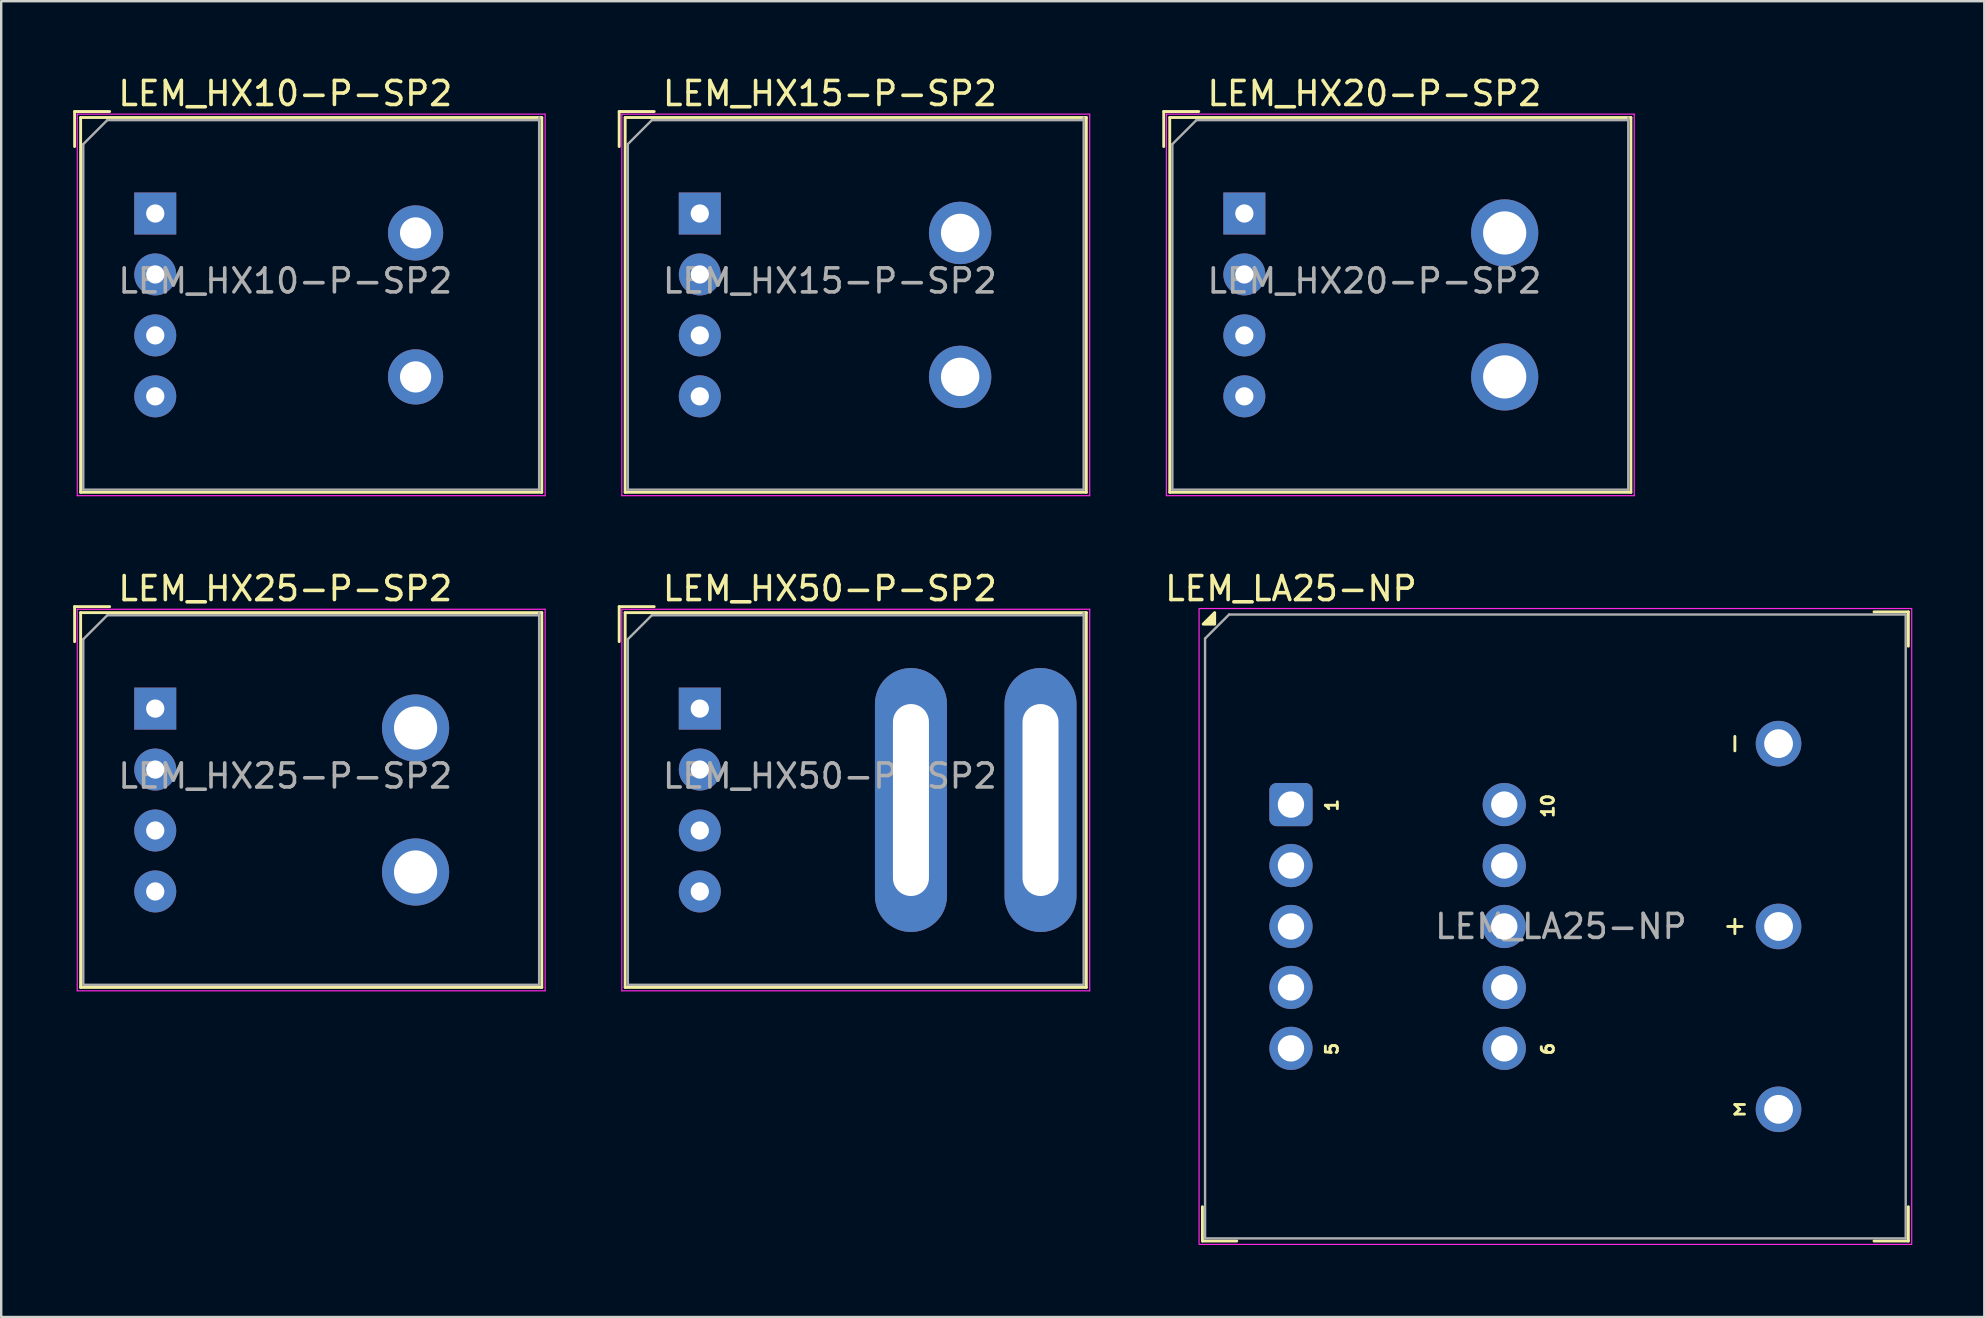
<source format=kicad_pcb>
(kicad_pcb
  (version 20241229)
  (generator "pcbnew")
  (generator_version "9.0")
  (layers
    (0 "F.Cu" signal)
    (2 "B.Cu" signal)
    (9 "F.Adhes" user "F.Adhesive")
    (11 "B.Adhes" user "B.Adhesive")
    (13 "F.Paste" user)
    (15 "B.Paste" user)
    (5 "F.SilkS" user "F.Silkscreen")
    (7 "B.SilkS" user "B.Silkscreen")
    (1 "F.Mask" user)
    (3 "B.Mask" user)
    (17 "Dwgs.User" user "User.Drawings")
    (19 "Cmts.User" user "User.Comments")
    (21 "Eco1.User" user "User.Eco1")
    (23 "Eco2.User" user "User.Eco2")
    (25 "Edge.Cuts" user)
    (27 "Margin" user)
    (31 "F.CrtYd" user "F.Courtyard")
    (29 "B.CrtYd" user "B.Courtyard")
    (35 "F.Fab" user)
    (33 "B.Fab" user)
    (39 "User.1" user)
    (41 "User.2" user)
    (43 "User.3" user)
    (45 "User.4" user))
  (footprint "LEM_HX25-P-SP2"
    (layer "F.Cu")
    (at 3.42 26.482)
    (property "Reference" "LEM_HX25-P-SP2" (at 5.42 -5 0) (layer "F.SilkS") (effects (font (size 1 1) (thickness 0.15))))
    (attr through_hole)
    (fp_line (start -3.36 -2.79) (end -3.36 -4.25) (stroke (width 0.12) (type solid)) (layer "F.SilkS"))
    (fp_line (start -3.11 -4) (end -3.11 11.62) (stroke (width 0.12) (type solid)) (layer "F.SilkS"))
    (fp_line (start -3.11 11.62) (end 16.11 11.62) (stroke (width 0.12) (type solid)) (layer "F.SilkS"))
    (fp_line (start -1.9 -4.25) (end -3.36 -4.25) (stroke (width 0.12) (type solid)) (layer "F.SilkS"))
    (fp_line (start 16.11 -4) (end -3.11 -4) (stroke (width 0.12) (type solid)) (layer "F.SilkS"))
    (fp_line (start 16.11 11.62) (end 16.11 -4) (stroke (width 0.12) (type solid)) (layer "F.SilkS"))
    (fp_line (start -3.25 -4.14) (end -3.25 11.76) (stroke (width 0.05) (type solid)) (layer "F.CrtYd"))
    (fp_line (start -3.25 11.76) (end 16.25 11.76) (stroke (width 0.05) (type solid)) (layer "F.CrtYd"))
    (fp_line (start 16.25 -4.14) (end -3.25 -4.14) (stroke (width 0.05) (type solid)) (layer "F.CrtYd"))
    (fp_line (start 16.25 11.76) (end 16.25 -4.14) (stroke (width 0.05) (type solid)) (layer "F.CrtYd"))
    (fp_line (start -3 -2.89) (end -3 11.51) (stroke (width 0.1) (type solid)) (layer "F.Fab"))
    (fp_line (start -3 11.51) (end 16 11.51) (stroke (width 0.1) (type solid)) (layer "F.Fab"))
    (fp_line (start -2 -3.89) (end -3 -2.89) (stroke (width 0.1) (type solid)) (layer "F.Fab"))
    (fp_line (start 16 -3.89) (end -2 -3.89) (stroke (width 0.1) (type solid)) (layer "F.Fab"))
    (fp_line (start 16 11.51) (end 16 -4) (stroke (width 0.1) (type solid)) (layer "F.Fab"))
    (fp_text user "${REFERENCE}" (at 5.42 2.81 0) (layer "F.Fab") (effects (font (size 1 1) (thickness 0.15))))
    (pad "1" thru_hole rect (at 0 0) (size 1.75 1.75) (drill 0.76) (layers "*.Cu" "*.Mask"))
    (pad "2" thru_hole circle (at 0 2.54) (size 1.75 1.75) (drill 0.76) (layers "*.Cu" "*.Mask"))
    (pad "3" thru_hole circle (at 0 5.08) (size 1.75 1.75) (drill 0.76) (layers "*.Cu" "*.Mask"))
    (pad "4" thru_hole circle (at 0 7.62) (size 1.75 1.75) (drill 0.76) (layers "*.Cu" "*.Mask"))
    (pad "5" thru_hole circle (at 10.85 0.81) (size 2.8 2.8) (drill 1.8) (layers "*.Cu" "*.Mask"))
    (pad "6" thru_hole circle (at 10.85 6.81) (size 2.8 2.8) (drill 1.8) (layers "*.Cu" "*.Mask")))
  (footprint "LEM_HX10-P-SP2"
    (layer "F.Cu")
    (at 3.42 5.848)
    (property "Reference" "LEM_HX10-P-SP2" (at 5.42 -5 0) (layer "F.SilkS") (effects (font (size 1 1) (thickness 0.15))))
    (attr through_hole)
    (fp_line (start -3.36 -2.79) (end -3.36 -4.25) (stroke (width 0.12) (type solid)) (layer "F.SilkS"))
    (fp_line (start -3.11 -4) (end -3.11 11.62) (stroke (width 0.12) (type solid)) (layer "F.SilkS"))
    (fp_line (start -3.11 11.62) (end 16.11 11.62) (stroke (width 0.12) (type solid)) (layer "F.SilkS"))
    (fp_line (start -1.9 -4.25) (end -3.36 -4.25) (stroke (width 0.12) (type solid)) (layer "F.SilkS"))
    (fp_line (start 16.11 -4) (end -3.11 -4) (stroke (width 0.12) (type solid)) (layer "F.SilkS"))
    (fp_line (start 16.11 11.62) (end 16.11 -4) (stroke (width 0.12) (type solid)) (layer "F.SilkS"))
    (fp_line (start -3.25 -4.14) (end -3.25 11.76) (stroke (width 0.05) (type solid)) (layer "F.CrtYd"))
    (fp_line (start -3.25 11.76) (end 16.25 11.76) (stroke (width 0.05) (type solid)) (layer "F.CrtYd"))
    (fp_line (start 16.25 -4.14) (end -3.25 -4.14) (stroke (width 0.05) (type solid)) (layer "F.CrtYd"))
    (fp_line (start 16.25 11.76) (end 16.25 -4.14) (stroke (width 0.05) (type solid)) (layer "F.CrtYd"))
    (fp_line (start -3 -2.89) (end -3 11.51) (stroke (width 0.1) (type solid)) (layer "F.Fab"))
    (fp_line (start -3 11.51) (end 16 11.51) (stroke (width 0.1) (type solid)) (layer "F.Fab"))
    (fp_line (start -2 -3.89) (end -3 -2.89) (stroke (width 0.1) (type solid)) (layer "F.Fab"))
    (fp_line (start 16 -3.89) (end -2 -3.89) (stroke (width 0.1) (type solid)) (layer "F.Fab"))
    (fp_line (start 16 11.51) (end 16 -4) (stroke (width 0.1) (type solid)) (layer "F.Fab"))
    (fp_text user "${REFERENCE}" (at 5.42 2.81 0) (layer "F.Fab") (effects (font (size 1 1) (thickness 0.15))))
    (pad "1" thru_hole rect (at 0 0) (size 1.75 1.75) (drill 0.76) (layers "*.Cu" "*.Mask"))
    (pad "2" thru_hole circle (at 0 2.54) (size 1.75 1.75) (drill 0.76) (layers "*.Cu" "*.Mask"))
    (pad "3" thru_hole circle (at 0 5.08) (size 1.75 1.75) (drill 0.76) (layers "*.Cu" "*.Mask"))
    (pad "4" thru_hole circle (at 0 7.62) (size 1.75 1.75) (drill 0.76) (layers "*.Cu" "*.Mask"))
    (pad "5" thru_hole circle (at 10.85 0.81) (size 2.3 2.3) (drill 1.3) (layers "*.Cu" "*.Mask"))
    (pad "6" thru_hole circle (at 10.85 6.81) (size 2.3 2.3) (drill 1.3) (layers "*.Cu" "*.Mask")))
  (footprint "LEM_HX20-P-SP2"
    (layer "F.Cu")
    (at 48.81 5.848)
    (property "Reference" "LEM_HX20-P-SP2" (at 5.42 -5 0) (layer "F.SilkS") (effects (font (size 1 1) (thickness 0.15))))
    (attr through_hole)
    (fp_line (start -3.36 -2.79) (end -3.36 -4.25) (stroke (width 0.12) (type solid)) (layer "F.SilkS"))
    (fp_line (start -3.11 -4) (end -3.11 11.62) (stroke (width 0.12) (type solid)) (layer "F.SilkS"))
    (fp_line (start -3.11 11.62) (end 16.11 11.62) (stroke (width 0.12) (type solid)) (layer "F.SilkS"))
    (fp_line (start -1.9 -4.25) (end -3.36 -4.25) (stroke (width 0.12) (type solid)) (layer "F.SilkS"))
    (fp_line (start 16.11 -4) (end -3.11 -4) (stroke (width 0.12) (type solid)) (layer "F.SilkS"))
    (fp_line (start 16.11 11.62) (end 16.11 -4) (stroke (width 0.12) (type solid)) (layer "F.SilkS"))
    (fp_line (start -3.25 -4.14) (end -3.25 11.76) (stroke (width 0.05) (type solid)) (layer "F.CrtYd"))
    (fp_line (start -3.25 11.76) (end 16.25 11.76) (stroke (width 0.05) (type solid)) (layer "F.CrtYd"))
    (fp_line (start 16.25 -4.14) (end -3.25 -4.14) (stroke (width 0.05) (type solid)) (layer "F.CrtYd"))
    (fp_line (start 16.25 11.76) (end 16.25 -4.14) (stroke (width 0.05) (type solid)) (layer "F.CrtYd"))
    (fp_line (start -3 -2.89) (end -3 11.51) (stroke (width 0.1) (type solid)) (layer "F.Fab"))
    (fp_line (start -3 11.51) (end 16 11.51) (stroke (width 0.1) (type solid)) (layer "F.Fab"))
    (fp_line (start -2 -3.89) (end -3 -2.89) (stroke (width 0.1) (type solid)) (layer "F.Fab"))
    (fp_line (start 16 -3.89) (end -2 -3.89) (stroke (width 0.1) (type solid)) (layer "F.Fab"))
    (fp_line (start 16 11.51) (end 16 -4) (stroke (width 0.1) (type solid)) (layer "F.Fab"))
    (fp_text user "${REFERENCE}" (at 5.42 2.81 0) (layer "F.Fab") (effects (font (size 1 1) (thickness 0.15))))
    (pad "1" thru_hole rect (at 0 0) (size 1.75 1.75) (drill 0.76) (layers "*.Cu" "*.Mask"))
    (pad "2" thru_hole circle (at 0 2.54) (size 1.75 1.75) (drill 0.76) (layers "*.Cu" "*.Mask"))
    (pad "3" thru_hole circle (at 0 5.08) (size 1.75 1.75) (drill 0.76) (layers "*.Cu" "*.Mask"))
    (pad "4" thru_hole circle (at 0 7.62) (size 1.75 1.75) (drill 0.76) (layers "*.Cu" "*.Mask"))
    (pad "5" thru_hole circle (at 10.85 0.81) (size 2.8 2.8) (drill 1.8) (layers "*.Cu" "*.Mask"))
    (pad "6" thru_hole circle (at 10.85 6.81) (size 2.8 2.8) (drill 1.8) (layers "*.Cu" "*.Mask")))
  (footprint "LEM_HX50-P-SP2"
    (layer "F.Cu")
    (at 26.115 26.482)
    (property "Reference" "LEM_HX50-P-SP2" (at 5.42 -5 0) (layer "F.SilkS") (effects (font (size 1 1) (thickness 0.15))))
    (attr through_hole)
    (fp_line (start -3.36 -2.79) (end -3.36 -4.25) (stroke (width 0.12) (type solid)) (layer "F.SilkS"))
    (fp_line (start -3.11 -4) (end -3.11 11.62) (stroke (width 0.12) (type solid)) (layer "F.SilkS"))
    (fp_line (start -3.11 11.62) (end 16.11 11.62) (stroke (width 0.12) (type solid)) (layer "F.SilkS"))
    (fp_line (start -1.9 -4.25) (end -3.36 -4.25) (stroke (width 0.12) (type solid)) (layer "F.SilkS"))
    (fp_line (start 16.11 -4) (end -3.11 -4) (stroke (width 0.12) (type solid)) (layer "F.SilkS"))
    (fp_line (start 16.11 11.62) (end 16.11 -4) (stroke (width 0.12) (type solid)) (layer "F.SilkS"))
    (fp_line (start -3.25 -4.14) (end -3.25 11.76) (stroke (width 0.05) (type solid)) (layer "F.CrtYd"))
    (fp_line (start -3.25 11.76) (end 16.25 11.76) (stroke (width 0.05) (type solid)) (layer "F.CrtYd"))
    (fp_line (start 16.25 -4.14) (end -3.25 -4.14) (stroke (width 0.05) (type solid)) (layer "F.CrtYd"))
    (fp_line (start 16.25 11.76) (end 16.25 -4.14) (stroke (width 0.05) (type solid)) (layer "F.CrtYd"))
    (fp_line (start -3 -2.89) (end -3 11.51) (stroke (width 0.1) (type solid)) (layer "F.Fab"))
    (fp_line (start -3 11.51) (end 16 11.51) (stroke (width 0.1) (type solid)) (layer "F.Fab"))
    (fp_line (start -2 -3.89) (end -3 -2.89) (stroke (width 0.1) (type solid)) (layer "F.Fab"))
    (fp_line (start 16 -3.89) (end -2 -3.89) (stroke (width 0.1) (type solid)) (layer "F.Fab"))
    (fp_line (start 16 11.51) (end 16 -4) (stroke (width 0.1) (type solid)) (layer "F.Fab"))
    (fp_text user "${REFERENCE}" (at 5.42 2.81 0) (layer "F.Fab") (effects (font (size 1 1) (thickness 0.15))))
    (pad "1" thru_hole rect (at 0 0) (size 1.75 1.75) (drill 0.76) (layers "*.Cu" "*.Mask"))
    (pad "2" thru_hole circle (at 0 2.54) (size 1.75 1.75) (drill 0.76) (layers "*.Cu" "*.Mask"))
    (pad "3" thru_hole circle (at 0 5.08) (size 1.75 1.75) (drill 0.76) (layers "*.Cu" "*.Mask"))
    (pad "4" thru_hole circle (at 0 7.62) (size 1.75 1.75) (drill 0.76) (layers "*.Cu" "*.Mask"))
    (pad "5" thru_hole oval (at 14.2 3.81) (size 3 11) (drill oval 1.5 8) (layers "*.Cu" "*.Mask"))
    (pad "6" thru_hole oval (at 8.8 3.81) (size 3 11) (drill oval 1.5 8) (layers "*.Cu" "*.Mask")))
  (footprint "LEM_LA25-NP"
    (layer "F.Cu")
    (at 50.753 30.482)
    (property "Reference" "LEM_LA25-NP" (at 0 -9 0) (unlocked yes) (layer "F.SilkS") (effects (font (size 1 1) (thickness 0.15))))
    (attr through_hole)
    (fp_line (start -3.69 18.19) (end -3.69 16.76) (stroke (width 0.12) (type default)) (layer "F.SilkS"))
    (fp_line (start -3.69 18.19) (end -2.26 18.19) (stroke (width 0.12) (type default)) (layer "F.SilkS"))
    (fp_line (start 18.5 -2.84) (end 18.5 -2.24) (stroke (width 0.12) (type default)) (layer "F.SilkS"))
    (fp_line (start 18.5 4.78) (end 18.5 5.38) (stroke (width 0.12) (type default)) (layer "F.SilkS"))
    (fp_line (start 18.5 12.5) (end 18.7 12.7) (stroke (width 0.12) (type default)) (layer "F.SilkS"))
    (fp_line (start 18.5 12.9) (end 18.9 12.9) (stroke (width 0.12) (type default)) (layer "F.SilkS"))
    (fp_line (start 18.7 12.7) (end 18.5 12.9) (stroke (width 0.12) (type default)) (layer "F.SilkS"))
    (fp_line (start 18.8 5.08) (end 18.2 5.08) (stroke (width 0.12) (type default)) (layer "F.SilkS"))
    (fp_line (start 18.9 12.5) (end 18.5 12.5) (stroke (width 0.12) (type default)) (layer "F.SilkS"))
    (fp_line (start 25.73 -8.03) (end 24.3 -8.03) (stroke (width 0.12) (type default)) (layer "F.SilkS"))
    (fp_line (start 25.73 -8.03) (end 25.73 -6.6) (stroke (width 0.12) (type default)) (layer "F.SilkS"))
    (fp_line (start 25.73 18.19) (end 24.3 18.19) (stroke (width 0.12) (type default)) (layer "F.SilkS"))
    (fp_line (start 25.73 18.19) (end 25.73 16.76) (stroke (width 0.12) (type default)) (layer "F.SilkS"))
    (fp_poly (pts (xy -3.18 -7.52) (xy -3.18 -8) (xy -3.66 -7.52) (xy -3.18 -7.52)) (stroke (width 0.12) (type solid)) (fill yes) (layer "F.SilkS"))
    (fp_rect (start -3.83 -8.17) (end 25.87 18.33) (stroke (width 0.05) (type default)) (fill no) (layer "F.CrtYd"))
    (fp_line (start -3.58 -6.92) (end -3.58 18.08) (stroke (width 0.1) (type default)) (layer "F.Fab"))
    (fp_line (start -3.58 -6.92) (end -2.58 -7.92) (stroke (width 0.1) (type default)) (layer "F.Fab"))
    (fp_line (start -3.58 18.08) (end 25.62 18.08) (stroke (width 0.1) (type default)) (layer "F.Fab"))
    (fp_line (start 25.62 -7.92) (end -2.58 -7.92) (stroke (width 0.1) (type default)) (layer "F.Fab"))
    (fp_line (start 25.62 18.08) (end 25.62 -7.92) (stroke (width 0.1) (type default)) (layer "F.Fab"))
    (fp_text user "10" (at 11 -0.5 90) (layer "F.SilkS") (effects (font (size 0.5 0.5) (thickness 0.12) (bold yes)) (justify right bottom)))
    (fp_text user "5" (at 2 9.87 90) (layer "F.SilkS") (effects (font (size 0.5 0.5) (thickness 0.12) (bold yes)) (justify right bottom)))
    (fp_text user "1" (at 2 -0.29 90) (layer "F.SilkS") (effects (font (size 0.5 0.5) (thickness 0.12)) (justify right bottom)))
    (fp_text user "6" (at 11 9.87 90) (layer "F.SilkS") (effects (font (size 0.5 0.5) (thickness 0.12) (bold yes)) (justify right bottom)))
    (fp_text user "${REFERENCE}" (at 11.25 5.08 0) (unlocked yes) (layer "F.Fab") (effects (font (size 1 1) (thickness 0.15))))
    (pad "1" thru_hole roundrect (at 0 0 90) (size 1.8 1.8) (drill 1.1) (layers "*.Cu" "*.Mask") (roundrect_rratio 0.164))
    (pad "2" thru_hole circle (at 0 2.54 90) (size 1.8 1.8) (drill 1.1) (layers "*.Cu" "*.Mask"))
    (pad "3" thru_hole circle (at 0 5.08 90) (size 1.8 1.8) (drill 1.1) (layers "*.Cu" "*.Mask"))
    (pad "4" thru_hole circle (at 0 7.62 90) (size 1.8 1.8) (drill 1.1) (layers "*.Cu" "*.Mask"))
    (pad "5" thru_hole circle (at 0 10.16 90) (size 1.8 1.8) (drill 1.1) (layers "*.Cu" "*.Mask"))
    (pad "6" thru_hole circle (at 8.89 10.16 90) (size 1.8 1.8) (drill 1.1) (layers "*.Cu" "*.Mask"))
    (pad "7" thru_hole circle (at 8.89 7.62 90) (size 1.8 1.8) (drill 1.1) (layers "*.Cu" "*.Mask"))
    (pad "8" thru_hole circle (at 8.89 5.08 90) (size 1.8 1.8) (drill 1.1) (layers "*.Cu" "*.Mask"))
    (pad "9" thru_hole circle (at 8.89 2.54 90) (size 1.8 1.8) (drill 1.1) (layers "*.Cu" "*.Mask"))
    (pad "10" thru_hole circle (at 8.89 0 90) (size 1.8 1.8) (drill 1.1) (layers "*.Cu" "*.Mask"))
    (pad "11" thru_hole circle (at 20.32 -2.54 90) (size 1.9 1.9) (drill 1.2) (layers "*.Cu" "*.Mask"))
    (pad "12" thru_hole circle (at 20.32 5.08 90) (size 1.9 1.9) (drill 1.2) (layers "*.Cu" "*.Mask"))
    (pad "13" thru_hole circle (at 20.32 12.7 90) (size 1.9 1.9) (drill 1.2) (layers "*.Cu" "*.Mask")))
  (footprint "LEM_HX15-P-SP2"
    (layer "F.Cu")
    (at 26.115 5.848)
    (property "Reference" "LEM_HX15-P-SP2" (at 5.42 -5 0) (layer "F.SilkS") (effects (font (size 1 1) (thickness 0.15))))
    (attr through_hole)
    (fp_line (start -3.36 -2.79) (end -3.36 -4.25) (stroke (width 0.12) (type solid)) (layer "F.SilkS"))
    (fp_line (start -3.11 -4) (end -3.11 11.62) (stroke (width 0.12) (type solid)) (layer "F.SilkS"))
    (fp_line (start -3.11 11.62) (end 16.11 11.62) (stroke (width 0.12) (type solid)) (layer "F.SilkS"))
    (fp_line (start -1.9 -4.25) (end -3.36 -4.25) (stroke (width 0.12) (type solid)) (layer "F.SilkS"))
    (fp_line (start 16.11 -4) (end -3.11 -4) (stroke (width 0.12) (type solid)) (layer "F.SilkS"))
    (fp_line (start 16.11 11.62) (end 16.11 -4) (stroke (width 0.12) (type solid)) (layer "F.SilkS"))
    (fp_line (start -3.25 -4.14) (end -3.25 11.76) (stroke (width 0.05) (type solid)) (layer "F.CrtYd"))
    (fp_line (start -3.25 11.76) (end 16.25 11.76) (stroke (width 0.05) (type solid)) (layer "F.CrtYd"))
    (fp_line (start 16.25 -4.14) (end -3.25 -4.14) (stroke (width 0.05) (type solid)) (layer "F.CrtYd"))
    (fp_line (start 16.25 11.76) (end 16.25 -4.14) (stroke (width 0.05) (type solid)) (layer "F.CrtYd"))
    (fp_line (start -3 -2.89) (end -3 11.51) (stroke (width 0.1) (type solid)) (layer "F.Fab"))
    (fp_line (start -3 11.51) (end 16 11.51) (stroke (width 0.1) (type solid)) (layer "F.Fab"))
    (fp_line (start -2 -3.89) (end -3 -2.89) (stroke (width 0.1) (type solid)) (layer "F.Fab"))
    (fp_line (start 16 -3.89) (end -2 -3.89) (stroke (width 0.1) (type solid)) (layer "F.Fab"))
    (fp_line (start 16 11.51) (end 16 -4) (stroke (width 0.1) (type solid)) (layer "F.Fab"))
    (fp_text user "${REFERENCE}" (at 5.42 2.81 0) (layer "F.Fab") (effects (font (size 1 1) (thickness 0.15))))
    (pad "1" thru_hole rect (at 0 0) (size 1.75 1.75) (drill 0.76) (layers "*.Cu" "*.Mask"))
    (pad "2" thru_hole circle (at 0 2.54) (size 1.75 1.75) (drill 0.76) (layers "*.Cu" "*.Mask"))
    (pad "3" thru_hole circle (at 0 5.08) (size 1.75 1.75) (drill 0.76) (layers "*.Cu" "*.Mask"))
    (pad "4" thru_hole circle (at 0 7.62) (size 1.75 1.75) (drill 0.76) (layers "*.Cu" "*.Mask"))
    (pad "5" thru_hole circle (at 10.85 0.81) (size 2.6 2.6) (drill 1.6) (layers "*.Cu" "*.Mask"))
    (pad "6" thru_hole circle (at 10.85 6.81) (size 2.6 2.6) (drill 1.6) (layers "*.Cu" "*.Mask")))
  (gr_rect
    (start -3 -3)
    (end 79.648 51.837)
    (stroke (width 0.1) (type default))
    (fill no)
    (layer "Edge.Cuts")))
</source>
